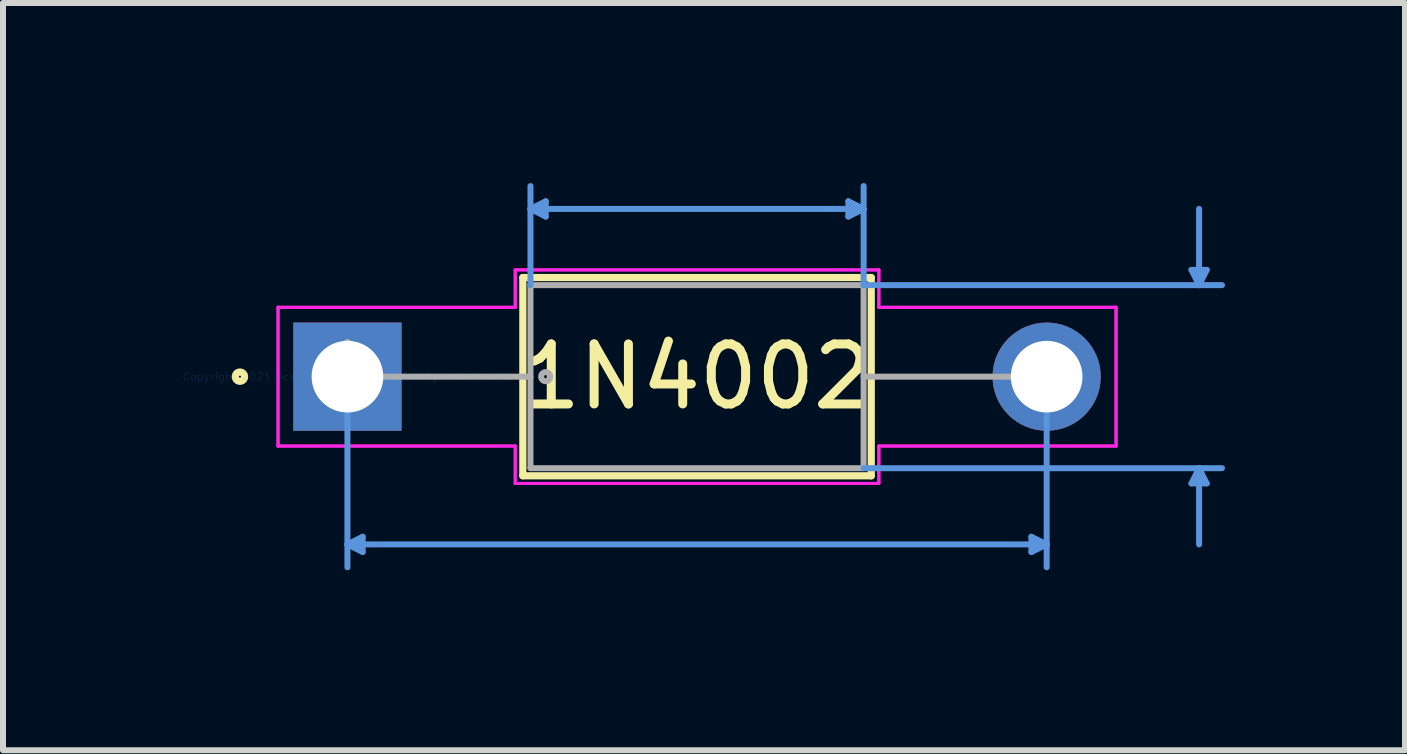
<source format=kicad_pcb>
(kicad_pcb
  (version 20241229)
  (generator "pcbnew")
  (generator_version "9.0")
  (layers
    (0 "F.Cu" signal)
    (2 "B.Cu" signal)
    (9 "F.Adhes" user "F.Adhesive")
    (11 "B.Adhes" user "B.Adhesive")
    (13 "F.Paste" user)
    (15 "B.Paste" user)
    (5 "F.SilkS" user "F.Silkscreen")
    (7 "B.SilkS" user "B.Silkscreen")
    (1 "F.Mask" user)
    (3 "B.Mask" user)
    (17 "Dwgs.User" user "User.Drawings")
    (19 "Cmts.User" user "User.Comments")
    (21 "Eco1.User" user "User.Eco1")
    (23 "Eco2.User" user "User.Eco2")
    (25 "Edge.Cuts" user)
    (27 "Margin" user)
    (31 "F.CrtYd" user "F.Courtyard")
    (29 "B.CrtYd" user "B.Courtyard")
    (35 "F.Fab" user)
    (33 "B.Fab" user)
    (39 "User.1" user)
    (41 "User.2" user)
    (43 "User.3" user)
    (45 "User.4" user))
  (footprint "1N4002"
    (layer "F.Cu")
    (at 2.739 3.226)
    (property "Reference" "1N4002" (at 5.825 0 0) (layer "F.SilkS") (effects (font (size 1 1) (thickness 0.15))))
    (attr through_hole)
    (fp_line (start 2.923 -1.652) (end 2.923 1.652) (stroke (width 0.12) (type solid)) (layer "F.SilkS"))
    (fp_line (start 2.923 1.652) (end 8.728 1.652) (stroke (width 0.12) (type solid)) (layer "F.SilkS"))
    (fp_line (start 8.728 -1.652) (end 2.923 -1.652) (stroke (width 0.12) (type solid)) (layer "F.SilkS"))
    (fp_line (start 8.728 1.652) (end 8.728 -1.652) (stroke (width 0.12) (type solid)) (layer "F.SilkS"))
    (fp_circle (center -1.791 0) (end -1.714 0) (stroke (width 0.12) (type solid)) (fill no) (layer "F.SilkS"))
    (fp_line (start 0 0) (end 0 3.176) (stroke (width 0.1) (type solid)) (layer "Cmts.User"))
    (fp_line (start 0 2.795) (end 0.254 2.668) (stroke (width 0.1) (type solid)) (layer "Cmts.User"))
    (fp_line (start 0 2.795) (end 0.254 2.922) (stroke (width 0.1) (type solid)) (layer "Cmts.User"))
    (fp_line (start 0 2.795) (end 11.651 2.795) (stroke (width 0.1) (type solid)) (layer "Cmts.User"))
    (fp_line (start 0.254 2.668) (end 0.254 2.922) (stroke (width 0.1) (type solid)) (layer "Cmts.User"))
    (fp_line (start 3.05 -2.795) (end 3.304 -2.922) (stroke (width 0.1) (type solid)) (layer "Cmts.User"))
    (fp_line (start 3.05 -2.795) (end 3.304 -2.668) (stroke (width 0.1) (type solid)) (layer "Cmts.User"))
    (fp_line (start 3.05 -2.795) (end 8.601 -2.795) (stroke (width 0.1) (type solid)) (layer "Cmts.User"))
    (fp_line (start 3.05 -1.525) (end 3.05 -3.176) (stroke (width 0.1) (type solid)) (layer "Cmts.User"))
    (fp_line (start 3.304 -2.922) (end 3.304 -2.668) (stroke (width 0.1) (type solid)) (layer "Cmts.User"))
    (fp_line (start 8.347 -2.922) (end 8.347 -2.668) (stroke (width 0.1) (type solid)) (layer "Cmts.User"))
    (fp_line (start 8.601 -2.795) (end 8.347 -2.922) (stroke (width 0.1) (type solid)) (layer "Cmts.User"))
    (fp_line (start 8.601 -2.795) (end 8.347 -2.668) (stroke (width 0.1) (type solid)) (layer "Cmts.User"))
    (fp_line (start 8.601 -1.525) (end 8.601 -3.176) (stroke (width 0.1) (type solid)) (layer "Cmts.User"))
    (fp_line (start 8.601 -1.525) (end 14.572 -1.525) (stroke (width 0.1) (type solid)) (layer "Cmts.User"))
    (fp_line (start 8.601 1.525) (end 14.572 1.525) (stroke (width 0.1) (type solid)) (layer "Cmts.User"))
    (fp_line (start 11.397 2.668) (end 11.397 2.922) (stroke (width 0.1) (type solid)) (layer "Cmts.User"))
    (fp_line (start 11.651 0) (end 11.651 3.176) (stroke (width 0.1) (type solid)) (layer "Cmts.User"))
    (fp_line (start 11.651 2.795) (end 11.397 2.668) (stroke (width 0.1) (type solid)) (layer "Cmts.User"))
    (fp_line (start 11.651 2.795) (end 11.397 2.922) (stroke (width 0.1) (type solid)) (layer "Cmts.User"))
    (fp_line (start 14.064 -1.779) (end 14.318 -1.779) (stroke (width 0.1) (type solid)) (layer "Cmts.User"))
    (fp_line (start 14.064 1.779) (end 14.318 1.779) (stroke (width 0.1) (type solid)) (layer "Cmts.User"))
    (fp_line (start 14.191 -1.525) (end 14.064 -1.779) (stroke (width 0.1) (type solid)) (layer "Cmts.User"))
    (fp_line (start 14.191 -1.525) (end 14.191 -2.795) (stroke (width 0.1) (type solid)) (layer "Cmts.User"))
    (fp_line (start 14.191 -1.525) (end 14.318 -1.779) (stroke (width 0.1) (type solid)) (layer "Cmts.User"))
    (fp_line (start 14.191 1.525) (end 14.064 1.779) (stroke (width 0.1) (type solid)) (layer "Cmts.User"))
    (fp_line (start 14.191 1.525) (end 14.191 2.795) (stroke (width 0.1) (type solid)) (layer "Cmts.User"))
    (fp_line (start 14.191 1.525) (end 14.318 1.779) (stroke (width 0.1) (type solid)) (layer "Cmts.User"))
    (fp_line (start -1.156 -1.156) (end 2.796 -1.156) (stroke (width 0.05) (type solid)) (layer "F.CrtYd"))
    (fp_line (start -1.156 -1.156) (end 2.796 -1.156) (stroke (width 0.05) (type solid)) (layer "F.CrtYd"))
    (fp_line (start -1.156 1.156) (end -1.156 -1.156) (stroke (width 0.05) (type solid)) (layer "F.CrtYd"))
    (fp_line (start -1.156 1.156) (end -1.156 -1.156) (stroke (width 0.05) (type solid)) (layer "F.CrtYd"))
    (fp_line (start 2.796 -1.779) (end 8.855 -1.779) (stroke (width 0.05) (type solid)) (layer "F.CrtYd"))
    (fp_line (start 2.796 -1.779) (end 8.855 -1.779) (stroke (width 0.05) (type solid)) (layer "F.CrtYd"))
    (fp_line (start 2.796 -1.156) (end 2.796 -1.779) (stroke (width 0.05) (type solid)) (layer "F.CrtYd"))
    (fp_line (start 2.796 -1.156) (end 2.796 -1.779) (stroke (width 0.05) (type solid)) (layer "F.CrtYd"))
    (fp_line (start 2.796 1.156) (end -1.156 1.156) (stroke (width 0.05) (type solid)) (layer "F.CrtYd"))
    (fp_line (start 2.796 1.156) (end -1.156 1.156) (stroke (width 0.05) (type solid)) (layer "F.CrtYd"))
    (fp_line (start 2.796 1.779) (end 2.796 1.156) (stroke (width 0.05) (type solid)) (layer "F.CrtYd"))
    (fp_line (start 2.796 1.779) (end 2.796 1.156) (stroke (width 0.05) (type solid)) (layer "F.CrtYd"))
    (fp_line (start 2.796 1.779) (end 8.855 1.779) (stroke (width 0.05) (type solid)) (layer "F.CrtYd"))
    (fp_line (start 8.855 -1.779) (end 8.855 -1.156) (stroke (width 0.05) (type solid)) (layer "F.CrtYd"))
    (fp_line (start 8.855 -1.779) (end 8.855 -1.156) (stroke (width 0.05) (type solid)) (layer "F.CrtYd"))
    (fp_line (start 8.855 -1.156) (end 12.807 -1.156) (stroke (width 0.05) (type solid)) (layer "F.CrtYd"))
    (fp_line (start 8.855 -1.156) (end 12.807 -1.156) (stroke (width 0.05) (type solid)) (layer "F.CrtYd"))
    (fp_line (start 8.855 1.156) (end 8.855 1.779) (stroke (width 0.05) (type solid)) (layer "F.CrtYd"))
    (fp_line (start 8.855 1.156) (end 8.855 1.779) (stroke (width 0.05) (type solid)) (layer "F.CrtYd"))
    (fp_line (start 8.855 1.779) (end 2.796 1.779) (stroke (width 0.05) (type solid)) (layer "F.CrtYd"))
    (fp_line (start 12.807 -1.156) (end 12.807 1.156) (stroke (width 0.05) (type solid)) (layer "F.CrtYd"))
    (fp_line (start 12.807 -1.156) (end 12.807 1.156) (stroke (width 0.05) (type solid)) (layer "F.CrtYd"))
    (fp_line (start 12.807 1.156) (end 8.855 1.156) (stroke (width 0.05) (type solid)) (layer "F.CrtYd"))
    (fp_line (start 12.807 1.156) (end 8.855 1.156) (stroke (width 0.05) (type solid)) (layer "F.CrtYd"))
    (fp_line (start 0 0) (end 3.05 0) (stroke (width 0.1) (type solid)) (layer "F.Fab"))
    (fp_line (start 3.05 -1.525) (end 3.05 1.525) (stroke (width 0.1) (type solid)) (layer "F.Fab"))
    (fp_line (start 3.05 1.525) (end 8.601 1.525) (stroke (width 0.1) (type solid)) (layer "F.Fab"))
    (fp_line (start 8.601 -1.525) (end 3.05 -1.525) (stroke (width 0.1) (type solid)) (layer "F.Fab"))
    (fp_line (start 8.601 1.525) (end 8.601 -1.525) (stroke (width 0.1) (type solid)) (layer "F.Fab"))
    (fp_line (start 11.651 0) (end 8.601 0) (stroke (width 0.1) (type solid)) (layer "F.Fab"))
    (fp_circle (center 3.304 0) (end 3.38 0) (stroke (width 0.1) (type solid)) (fill no) (layer "F.Fab"))
    (fp_text user "*" (at 0 0 0) (layer "F.SilkS") (effects (font (size 1 1) (thickness 0.15))))
    (fp_text user "Copyright 2021 Accelerated Designs. All rights reserved." (at 0 0 0) (layer "Cmts.User") (effects (font (size 0.127 0.127) (thickness 0.002))))
    (fp_text user "*" (at 0 0 0) (layer "F.Fab") (effects (font (size 1 1) (thickness 0.15))))
    (pad "1" thru_hole rect (at 0 0) (size 1.803 1.803) (drill 1.194) (layers "*.Cu" "*.Mask"))
    (pad "2" thru_hole circle (at 11.651 0) (size 1.803 1.803) (drill 1.194) (layers "*.Cu" "*.Mask")))
  (gr_rect
    (start -3 -3)
    (end 20.361 9.451)
    (stroke (width 0.1) (type default))
    (fill no)
    (layer "Edge.Cuts")))
</source>
